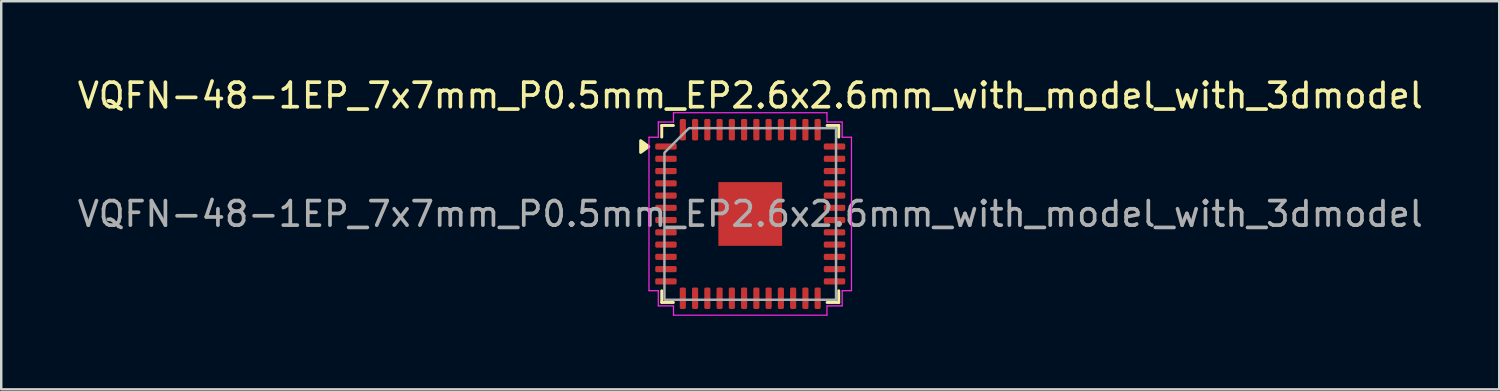
<source format=kicad_pcb>
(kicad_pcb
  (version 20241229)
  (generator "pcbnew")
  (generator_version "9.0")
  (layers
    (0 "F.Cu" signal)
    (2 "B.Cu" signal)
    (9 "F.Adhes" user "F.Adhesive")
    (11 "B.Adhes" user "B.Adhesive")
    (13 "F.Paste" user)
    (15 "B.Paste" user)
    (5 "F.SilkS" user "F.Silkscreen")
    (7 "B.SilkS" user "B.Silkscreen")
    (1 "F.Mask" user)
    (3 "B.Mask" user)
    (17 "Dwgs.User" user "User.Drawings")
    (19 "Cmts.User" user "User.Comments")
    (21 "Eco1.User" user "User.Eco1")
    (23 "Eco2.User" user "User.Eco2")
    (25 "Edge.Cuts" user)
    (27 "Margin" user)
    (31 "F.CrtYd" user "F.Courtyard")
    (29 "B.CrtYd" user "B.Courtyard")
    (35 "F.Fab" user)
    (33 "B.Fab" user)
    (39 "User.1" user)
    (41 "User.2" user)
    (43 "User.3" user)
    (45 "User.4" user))
  (footprint "VQFN-48-1EP_7x7mm_P0.5mm_EP2.6x2.6mm_with_model_with_3dmodel"
    (layer "F.Cu")
    (at 27.554 5.678)
    (property "Reference" "VQFN-48-1EP_7x7mm_P0.5mm_EP2.6x2.6mm_with_model_with_3dmodel" (at 0 -4.83 0) (layer "F.SilkS") (effects (font (size 1 1) (thickness 0.15))))
    (attr smd)
    (fp_line (start -3.61 -3.61) (end -3.135 -3.61) (stroke (width 0.12) (type solid)) (layer "F.SilkS"))
    (fp_line (start -3.61 -3.135) (end -3.61 -3.61) (stroke (width 0.12) (type solid)) (layer "F.SilkS"))
    (fp_line (start -3.61 3.61) (end -3.61 3.135) (stroke (width 0.12) (type solid)) (layer "F.SilkS"))
    (fp_line (start -3.135 3.61) (end -3.61 3.61) (stroke (width 0.12) (type solid)) (layer "F.SilkS"))
    (fp_line (start 3.135 -3.61) (end 3.61 -3.61) (stroke (width 0.12) (type solid)) (layer "F.SilkS"))
    (fp_line (start 3.61 -3.61) (end 3.61 -3.135) (stroke (width 0.12) (type solid)) (layer "F.SilkS"))
    (fp_line (start 3.61 3.135) (end 3.61 3.61) (stroke (width 0.12) (type solid)) (layer "F.SilkS"))
    (fp_line (start 3.61 3.61) (end 3.135 3.61) (stroke (width 0.12) (type solid)) (layer "F.SilkS"))
    (fp_poly (pts (xy -4.14 -2.75) (xy -4.47 -2.51) (xy -4.47 -2.99)) (stroke (width 0.12) (type solid)) (fill yes) (layer "F.SilkS"))
    (fp_line (start -4.13 -3.13) (end -3.75 -3.13) (stroke (width 0.05) (type solid)) (layer "F.CrtYd"))
    (fp_line (start -4.13 3.13) (end -4.13 -3.13) (stroke (width 0.05) (type solid)) (layer "F.CrtYd"))
    (fp_line (start -3.75 -3.75) (end -3.13 -3.75) (stroke (width 0.05) (type solid)) (layer "F.CrtYd"))
    (fp_line (start -3.75 -3.13) (end -3.75 -3.75) (stroke (width 0.05) (type solid)) (layer "F.CrtYd"))
    (fp_line (start -3.75 3.13) (end -4.13 3.13) (stroke (width 0.05) (type solid)) (layer "F.CrtYd"))
    (fp_line (start -3.75 3.75) (end -3.75 3.13) (stroke (width 0.05) (type solid)) (layer "F.CrtYd"))
    (fp_line (start -3.13 -4.13) (end 3.13 -4.13) (stroke (width 0.05) (type solid)) (layer "F.CrtYd"))
    (fp_line (start -3.13 -3.75) (end -3.13 -4.13) (stroke (width 0.05) (type solid)) (layer "F.CrtYd"))
    (fp_line (start -3.13 3.75) (end -3.75 3.75) (stroke (width 0.05) (type solid)) (layer "F.CrtYd"))
    (fp_line (start -3.13 4.13) (end -3.13 3.75) (stroke (width 0.05) (type solid)) (layer "F.CrtYd"))
    (fp_line (start 3.13 -4.13) (end 3.13 -3.75) (stroke (width 0.05) (type solid)) (layer "F.CrtYd"))
    (fp_line (start 3.13 -3.75) (end 3.75 -3.75) (stroke (width 0.05) (type solid)) (layer "F.CrtYd"))
    (fp_line (start 3.13 3.75) (end 3.13 4.13) (stroke (width 0.05) (type solid)) (layer "F.CrtYd"))
    (fp_line (start 3.13 4.13) (end -3.13 4.13) (stroke (width 0.05) (type solid)) (layer "F.CrtYd"))
    (fp_line (start 3.75 -3.75) (end 3.75 -3.13) (stroke (width 0.05) (type solid)) (layer "F.CrtYd"))
    (fp_line (start 3.75 -3.13) (end 4.13 -3.13) (stroke (width 0.05) (type solid)) (layer "F.CrtYd"))
    (fp_line (start 3.75 3.13) (end 3.75 3.75) (stroke (width 0.05) (type solid)) (layer "F.CrtYd"))
    (fp_line (start 3.75 3.75) (end 3.13 3.75) (stroke (width 0.05) (type solid)) (layer "F.CrtYd"))
    (fp_line (start 4.13 -3.13) (end 4.13 3.13) (stroke (width 0.05) (type solid)) (layer "F.CrtYd"))
    (fp_line (start 4.13 3.13) (end 3.75 3.13) (stroke (width 0.05) (type solid)) (layer "F.CrtYd"))
    (fp_poly (pts (xy -3.5 -2.5) (xy -3.5 3.5) (xy 3.5 3.5) (xy 3.5 -3.5) (xy -2.5 -3.5)) (stroke (width 0.1) (type solid)) (fill no) (layer "F.Fab"))
    (fp_text user "${REFERENCE}" (at 0 0 0) (layer "F.Fab") (effects (font (size 1 1) (thickness 0.15))))
    (pad "" smd roundrect (at -0.65 -0.65) (size 1.05 1.05) (layers "F.Paste") (roundrect_rratio 0.238))
    (pad "" smd roundrect (at -0.65 0.65) (size 1.05 1.05) (layers "F.Paste") (roundrect_rratio 0.238))
    (pad "" smd roundrect (at 0.65 -0.65) (size 1.05 1.05) (layers "F.Paste") (roundrect_rratio 0.238))
    (pad "" smd roundrect (at 0.65 0.65) (size 1.05 1.05) (layers "F.Paste") (roundrect_rratio 0.238))
    (pad "1" smd roundrect (at -3.438 -2.75) (size 0.875 0.25) (layers "F.Cu" "F.Mask" "F.Paste") (roundrect_rratio 0.25))
    (pad "2" smd roundrect (at -3.438 -2.25) (size 0.875 0.25) (layers "F.Cu" "F.Mask" "F.Paste") (roundrect_rratio 0.25))
    (pad "3" smd roundrect (at -3.438 -1.75) (size 0.875 0.25) (layers "F.Cu" "F.Mask" "F.Paste") (roundrect_rratio 0.25))
    (pad "4" smd roundrect (at -3.438 -1.25) (size 0.875 0.25) (layers "F.Cu" "F.Mask" "F.Paste") (roundrect_rratio 0.25))
    (pad "5" smd roundrect (at -3.438 -0.75) (size 0.875 0.25) (layers "F.Cu" "F.Mask" "F.Paste") (roundrect_rratio 0.25))
    (pad "6" smd roundrect (at -3.438 -0.25) (size 0.875 0.25) (layers "F.Cu" "F.Mask" "F.Paste") (roundrect_rratio 0.25))
    (pad "7" smd roundrect (at -3.438 0.25) (size 0.875 0.25) (layers "F.Cu" "F.Mask" "F.Paste") (roundrect_rratio 0.25))
    (pad "8" smd roundrect (at -3.438 0.75) (size 0.875 0.25) (layers "F.Cu" "F.Mask" "F.Paste") (roundrect_rratio 0.25))
    (pad "9" smd roundrect (at -3.438 1.25) (size 0.875 0.25) (layers "F.Cu" "F.Mask" "F.Paste") (roundrect_rratio 0.25))
    (pad "10" smd roundrect (at -3.438 1.75) (size 0.875 0.25) (layers "F.Cu" "F.Mask" "F.Paste") (roundrect_rratio 0.25))
    (pad "11" smd roundrect (at -3.438 2.25) (size 0.875 0.25) (layers "F.Cu" "F.Mask" "F.Paste") (roundrect_rratio 0.25))
    (pad "12" smd roundrect (at -3.438 2.75) (size 0.875 0.25) (layers "F.Cu" "F.Mask" "F.Paste") (roundrect_rratio 0.25))
    (pad "13" smd roundrect (at -2.75 3.438) (size 0.25 0.875) (layers "F.Cu" "F.Mask" "F.Paste") (roundrect_rratio 0.25))
    (pad "14" smd roundrect (at -2.25 3.438) (size 0.25 0.875) (layers "F.Cu" "F.Mask" "F.Paste") (roundrect_rratio 0.25))
    (pad "15" smd roundrect (at -1.75 3.438) (size 0.25 0.875) (layers "F.Cu" "F.Mask" "F.Paste") (roundrect_rratio 0.25))
    (pad "16" smd roundrect (at -1.25 3.438) (size 0.25 0.875) (layers "F.Cu" "F.Mask" "F.Paste") (roundrect_rratio 0.25))
    (pad "17" smd roundrect (at -0.75 3.438) (size 0.25 0.875) (layers "F.Cu" "F.Mask" "F.Paste") (roundrect_rratio 0.25))
    (pad "18" smd roundrect (at -0.25 3.438) (size 0.25 0.875) (layers "F.Cu" "F.Mask" "F.Paste") (roundrect_rratio 0.25))
    (pad "19" smd roundrect (at 0.25 3.438) (size 0.25 0.875) (layers "F.Cu" "F.Mask" "F.Paste") (roundrect_rratio 0.25))
    (pad "20" smd roundrect (at 0.75 3.438) (size 0.25 0.875) (layers "F.Cu" "F.Mask" "F.Paste") (roundrect_rratio 0.25))
    (pad "21" smd roundrect (at 1.25 3.438) (size 0.25 0.875) (layers "F.Cu" "F.Mask" "F.Paste") (roundrect_rratio 0.25))
    (pad "22" smd roundrect (at 1.75 3.438) (size 0.25 0.875) (layers "F.Cu" "F.Mask" "F.Paste") (roundrect_rratio 0.25))
    (pad "23" smd roundrect (at 2.25 3.438) (size 0.25 0.875) (layers "F.Cu" "F.Mask" "F.Paste") (roundrect_rratio 0.25))
    (pad "24" smd roundrect (at 2.75 3.438) (size 0.25 0.875) (layers "F.Cu" "F.Mask" "F.Paste") (roundrect_rratio 0.25))
    (pad "25" smd roundrect (at 3.438 2.75) (size 0.875 0.25) (layers "F.Cu" "F.Mask" "F.Paste") (roundrect_rratio 0.25))
    (pad "26" smd roundrect (at 3.438 2.25) (size 0.875 0.25) (layers "F.Cu" "F.Mask" "F.Paste") (roundrect_rratio 0.25))
    (pad "27" smd roundrect (at 3.438 1.75) (size 0.875 0.25) (layers "F.Cu" "F.Mask" "F.Paste") (roundrect_rratio 0.25))
    (pad "28" smd roundrect (at 3.438 1.25) (size 0.875 0.25) (layers "F.Cu" "F.Mask" "F.Paste") (roundrect_rratio 0.25))
    (pad "29" smd roundrect (at 3.438 0.75) (size 0.875 0.25) (layers "F.Cu" "F.Mask" "F.Paste") (roundrect_rratio 0.25))
    (pad "30" smd roundrect (at 3.438 0.25) (size 0.875 0.25) (layers "F.Cu" "F.Mask" "F.Paste") (roundrect_rratio 0.25))
    (pad "31" smd roundrect (at 3.438 -0.25) (size 0.875 0.25) (layers "F.Cu" "F.Mask" "F.Paste") (roundrect_rratio 0.25))
    (pad "32" smd roundrect (at 3.438 -0.75) (size 0.875 0.25) (layers "F.Cu" "F.Mask" "F.Paste") (roundrect_rratio 0.25))
    (pad "33" smd roundrect (at 3.438 -1.25) (size 0.875 0.25) (layers "F.Cu" "F.Mask" "F.Paste") (roundrect_rratio 0.25))
    (pad "34" smd roundrect (at 3.438 -1.75) (size 0.875 0.25) (layers "F.Cu" "F.Mask" "F.Paste") (roundrect_rratio 0.25))
    (pad "35" smd roundrect (at 3.438 -2.25) (size 0.875 0.25) (layers "F.Cu" "F.Mask" "F.Paste") (roundrect_rratio 0.25))
    (pad "36" smd roundrect (at 3.438 -2.75) (size 0.875 0.25) (layers "F.Cu" "F.Mask" "F.Paste") (roundrect_rratio 0.25))
    (pad "37" smd roundrect (at 2.75 -3.438) (size 0.25 0.875) (layers "F.Cu" "F.Mask" "F.Paste") (roundrect_rratio 0.25))
    (pad "38" smd roundrect (at 2.25 -3.438) (size 0.25 0.875) (layers "F.Cu" "F.Mask" "F.Paste") (roundrect_rratio 0.25))
    (pad "39" smd roundrect (at 1.75 -3.438) (size 0.25 0.875) (layers "F.Cu" "F.Mask" "F.Paste") (roundrect_rratio 0.25))
    (pad "40" smd roundrect (at 1.25 -3.438) (size 0.25 0.875) (layers "F.Cu" "F.Mask" "F.Paste") (roundrect_rratio 0.25))
    (pad "41" smd roundrect (at 0.75 -3.438) (size 0.25 0.875) (layers "F.Cu" "F.Mask" "F.Paste") (roundrect_rratio 0.25))
    (pad "42" smd roundrect (at 0.25 -3.438) (size 0.25 0.875) (layers "F.Cu" "F.Mask" "F.Paste") (roundrect_rratio 0.25))
    (pad "43" smd roundrect (at -0.25 -3.438) (size 0.25 0.875) (layers "F.Cu" "F.Mask" "F.Paste") (roundrect_rratio 0.25))
    (pad "44" smd roundrect (at -0.75 -3.438) (size 0.25 0.875) (layers "F.Cu" "F.Mask" "F.Paste") (roundrect_rratio 0.25))
    (pad "45" smd roundrect (at -1.25 -3.438) (size 0.25 0.875) (layers "F.Cu" "F.Mask" "F.Paste") (roundrect_rratio 0.25))
    (pad "46" smd roundrect (at -1.75 -3.438) (size 0.25 0.875) (layers "F.Cu" "F.Mask" "F.Paste") (roundrect_rratio 0.25))
    (pad "47" smd roundrect (at -2.25 -3.438) (size 0.25 0.875) (layers "F.Cu" "F.Mask" "F.Paste") (roundrect_rratio 0.25))
    (pad "48" smd roundrect (at -2.75 -3.438) (size 0.25 0.875) (layers "F.Cu" "F.Mask" "F.Paste") (roundrect_rratio 0.25))
    (pad "49" smd rect (at 0 0) (size 2.6 2.6) (property pad_prop_heatsink) (layers "F.Cu" "F.Mask")))
  (gr_rect
    (start -3 -3)
    (end 58.107 12.833)
    (stroke (width 0.1) (type default))
    (fill no)
    (layer "Edge.Cuts")))
</source>
